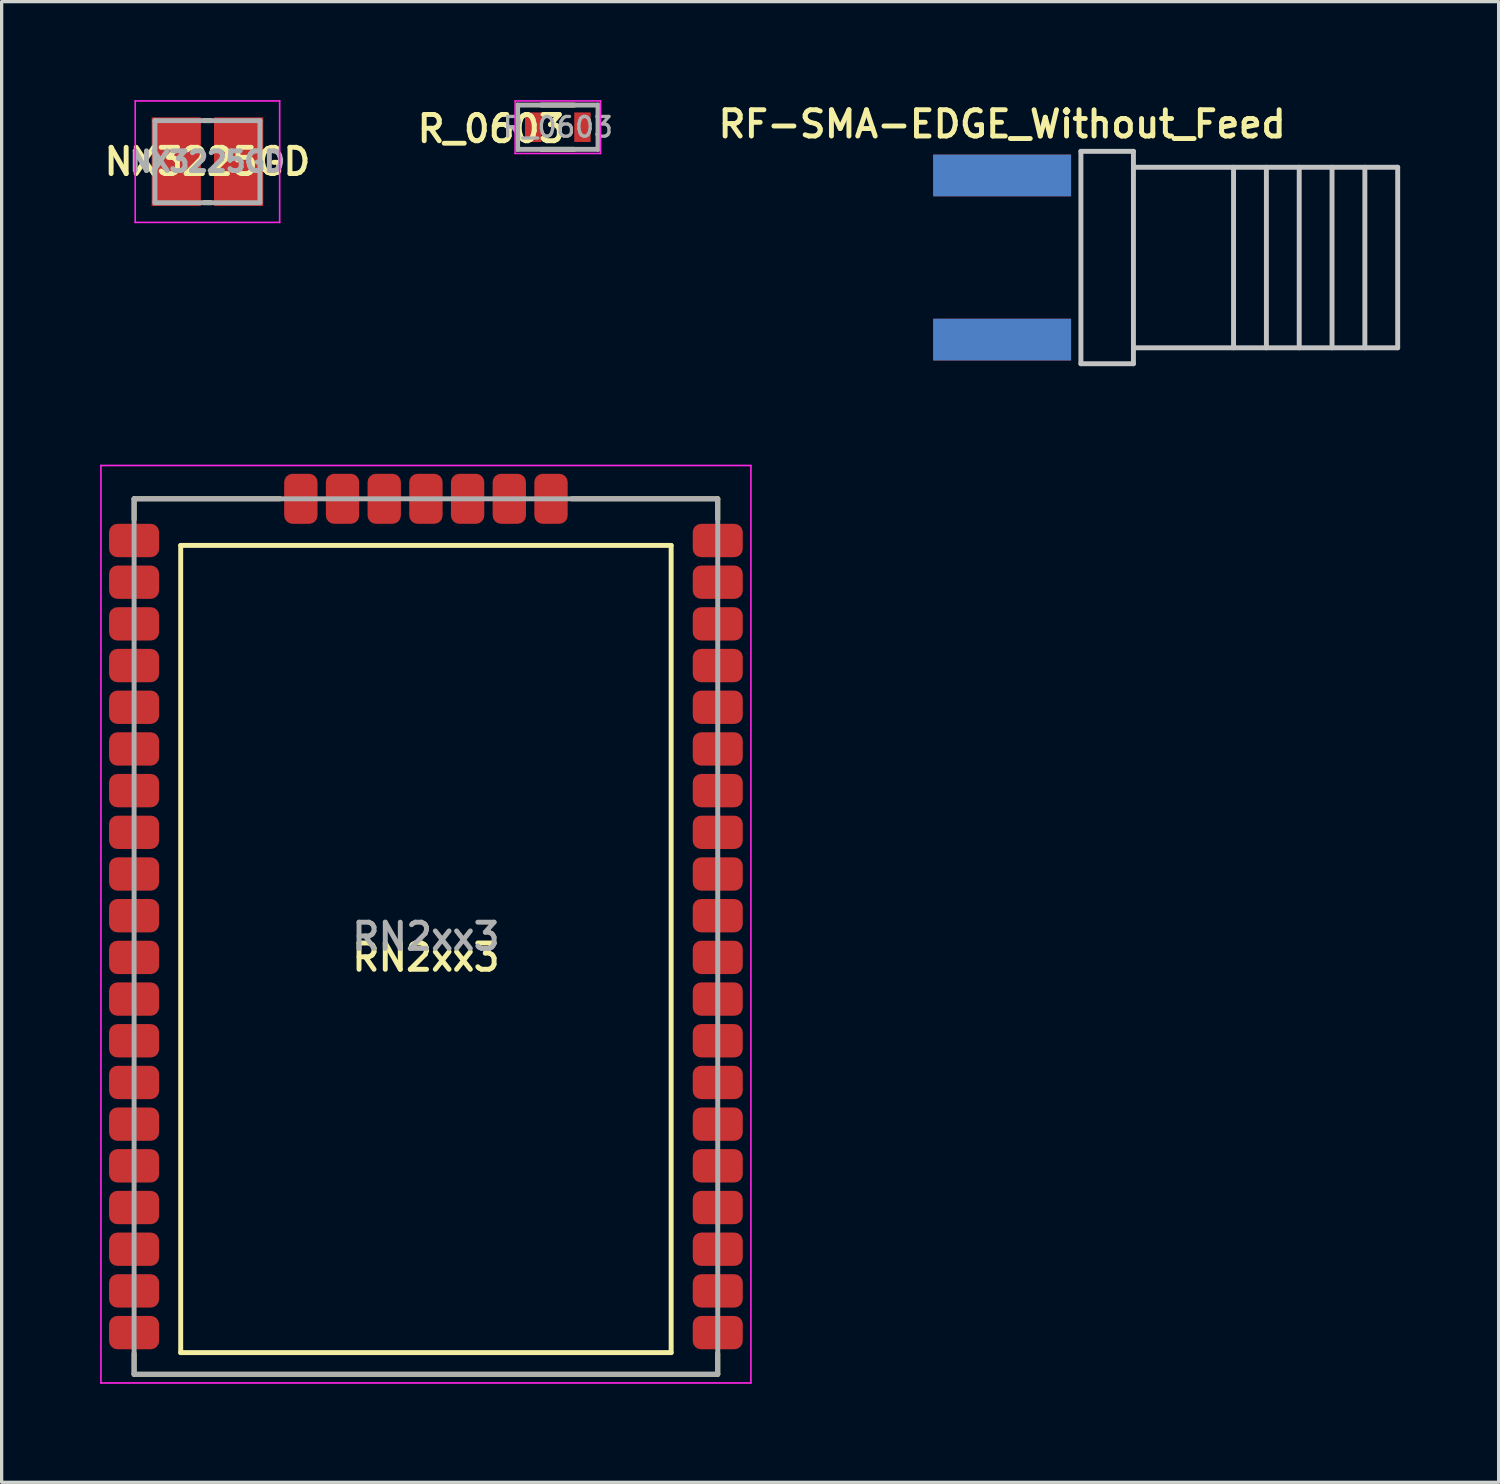
<source format=kicad_pcb>
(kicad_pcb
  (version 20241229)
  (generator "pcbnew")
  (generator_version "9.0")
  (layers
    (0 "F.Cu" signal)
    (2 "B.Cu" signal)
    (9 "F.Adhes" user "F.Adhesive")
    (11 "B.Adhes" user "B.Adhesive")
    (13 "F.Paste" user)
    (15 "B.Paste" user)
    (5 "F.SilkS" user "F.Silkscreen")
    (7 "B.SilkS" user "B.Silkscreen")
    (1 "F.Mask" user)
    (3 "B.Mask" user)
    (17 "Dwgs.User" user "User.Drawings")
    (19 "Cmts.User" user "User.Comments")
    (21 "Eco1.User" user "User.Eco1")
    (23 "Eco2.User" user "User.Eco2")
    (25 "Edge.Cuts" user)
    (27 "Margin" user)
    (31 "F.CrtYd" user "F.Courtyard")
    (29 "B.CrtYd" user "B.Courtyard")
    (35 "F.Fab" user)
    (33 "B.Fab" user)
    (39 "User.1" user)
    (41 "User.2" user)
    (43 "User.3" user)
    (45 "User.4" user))
  (footprint "RN2xx3"
    (layer "F.Cu")
    (at 9.925 25.48)
    (property "Reference" "RN2xx3" (at 0 0.635 0) (layer "F.SilkS") (effects (font (size 0.8 0.8) (thickness 0.15))))
    (attr through_hole)
    (fp_line (start -8.89 -13.335) (end -8.89 -12.7) (stroke (width 0.15) (type solid)) (layer "F.SilkS"))
    (fp_line (start -8.89 -13.335) (end -4.445 -13.335) (stroke (width 0.15) (type solid)) (layer "F.SilkS"))
    (fp_line (start -8.89 13.335) (end -8.89 12.7) (stroke (width 0.15) (type solid)) (layer "F.SilkS"))
    (fp_line (start -8.89 13.335) (end 8.89 13.335) (stroke (width 0.15) (type solid)) (layer "F.SilkS"))
    (fp_line (start -7.47 -11.915) (end -7.47 12.675) (stroke (width 0.15) (type solid)) (layer "F.SilkS"))
    (fp_line (start -7.47 12.675) (end 7.47 12.675) (stroke (width 0.15) (type solid)) (layer "F.SilkS"))
    (fp_line (start 4.445 -13.335) (end 8.89 -13.335) (stroke (width 0.15) (type solid)) (layer "F.SilkS"))
    (fp_line (start 7.47 -11.915) (end -7.47 -11.915) (stroke (width 0.15) (type solid)) (layer "F.SilkS"))
    (fp_line (start 7.47 12.675) (end 7.47 -11.915) (stroke (width 0.15) (type solid)) (layer "F.SilkS"))
    (fp_line (start 8.89 -13.335) (end 8.89 -12.7) (stroke (width 0.15) (type solid)) (layer "F.SilkS"))
    (fp_line (start 8.89 13.335) (end 8.89 12.7) (stroke (width 0.15) (type solid)) (layer "F.SilkS"))
    (fp_line (start -9.9 -14.35) (end 9.9 -14.35) (stroke (width 0.05) (type solid)) (layer "F.CrtYd"))
    (fp_line (start -9.9 13.6) (end -9.9 -14.35) (stroke (width 0.05) (type solid)) (layer "F.CrtYd"))
    (fp_line (start -9.9 13.6) (end 9.9 13.6) (stroke (width 0.05) (type solid)) (layer "F.CrtYd"))
    (fp_line (start 9.9 13.6) (end 9.9 -14.35) (stroke (width 0.05) (type solid)) (layer "F.CrtYd"))
    (fp_line (start -8.89 -13.335) (end 8.89 -13.335) (stroke (width 0.15) (type solid)) (layer "F.Fab"))
    (fp_line (start -8.89 13.335) (end -8.89 -13.335) (stroke (width 0.15) (type solid)) (layer "F.Fab"))
    (fp_line (start -8.89 13.335) (end 8.89 13.335) (stroke (width 0.15) (type solid)) (layer "F.Fab"))
    (fp_line (start 8.89 13.335) (end 8.89 -13.335) (stroke (width 0.15) (type solid)) (layer "F.Fab"))
    (fp_text user "${REFERENCE}" (at 0 0 0) (layer "F.Fab") (effects (font (size 0.8 0.8) (thickness 0.15))))
    (pad "1" smd roundrect (at 8.89 12.065) (size 1.524 1.016) (layers "F.Cu" "F.Mask" "F.Paste") (roundrect_rratio 0.25))
    (pad "2" smd roundrect (at 8.89 10.795) (size 1.524 1.016) (layers "F.Cu" "F.Mask" "F.Paste") (roundrect_rratio 0.25))
    (pad "3" smd roundrect (at 8.89 9.525) (size 1.524 1.016) (layers "F.Cu" "F.Mask" "F.Paste") (roundrect_rratio 0.25))
    (pad "4" smd roundrect (at 8.89 8.255) (size 1.524 1.016) (layers "F.Cu" "F.Mask" "F.Paste") (roundrect_rratio 0.25))
    (pad "5" smd roundrect (at 8.89 6.985) (size 1.524 1.016) (layers "F.Cu" "F.Mask" "F.Paste") (roundrect_rratio 0.25))
    (pad "6" smd roundrect (at 8.89 5.715) (size 1.524 1.016) (layers "F.Cu" "F.Mask" "F.Paste") (roundrect_rratio 0.25))
    (pad "7" smd roundrect (at 8.89 4.445) (size 1.524 1.016) (layers "F.Cu" "F.Mask" "F.Paste") (roundrect_rratio 0.25))
    (pad "8" smd roundrect (at 8.89 3.175) (size 1.524 1.016) (layers "F.Cu" "F.Mask" "F.Paste") (roundrect_rratio 0.25))
    (pad "9" smd roundrect (at 8.89 1.905) (size 1.524 1.016) (layers "F.Cu" "F.Mask" "F.Paste") (roundrect_rratio 0.25))
    (pad "10" smd roundrect (at 8.89 0.635) (size 1.524 1.016) (layers "F.Cu" "F.Mask" "F.Paste") (roundrect_rratio 0.25))
    (pad "11" smd roundrect (at 8.89 -0.635) (size 1.524 1.016) (layers "F.Cu" "F.Mask" "F.Paste") (roundrect_rratio 0.25))
    (pad "12" smd roundrect (at 8.89 -1.905) (size 1.524 1.016) (layers "F.Cu" "F.Mask" "F.Paste") (roundrect_rratio 0.25))
    (pad "13" smd roundrect (at 8.89 -3.175) (size 1.524 1.016) (layers "F.Cu" "F.Mask" "F.Paste") (roundrect_rratio 0.25))
    (pad "14" smd roundrect (at 8.89 -4.445) (size 1.524 1.016) (layers "F.Cu" "F.Mask" "F.Paste") (roundrect_rratio 0.25))
    (pad "15" smd roundrect (at 8.89 -5.715) (size 1.524 1.016) (layers "F.Cu" "F.Mask" "F.Paste") (roundrect_rratio 0.25))
    (pad "16" smd roundrect (at 8.89 -6.985) (size 1.524 1.016) (layers "F.Cu" "F.Mask" "F.Paste") (roundrect_rratio 0.25))
    (pad "17" smd roundrect (at 8.89 -8.255) (size 1.524 1.016) (layers "F.Cu" "F.Mask" "F.Paste") (roundrect_rratio 0.25))
    (pad "18" smd roundrect (at 8.89 -9.525) (size 1.524 1.016) (layers "F.Cu" "F.Mask" "F.Paste") (roundrect_rratio 0.25))
    (pad "19" smd roundrect (at 8.89 -10.795) (size 1.524 1.016) (layers "F.Cu" "F.Mask" "F.Paste") (roundrect_rratio 0.25))
    (pad "20" smd roundrect (at 8.89 -12.065) (size 1.524 1.016) (layers "F.Cu" "F.Mask" "F.Paste") (roundrect_rratio 0.25))
    (pad "21" smd roundrect (at 3.81 -13.335 90) (size 1.524 1.016) (layers "F.Cu" "F.Mask" "F.Paste") (roundrect_rratio 0.25))
    (pad "22" smd roundrect (at 2.54 -13.335 90) (size 1.524 1.016) (layers "F.Cu" "F.Mask" "F.Paste") (roundrect_rratio 0.25))
    (pad "23" smd roundrect (at 1.27 -13.335 90) (size 1.524 1.016) (layers "F.Cu" "F.Mask" "F.Paste") (roundrect_rratio 0.25))
    (pad "24" smd roundrect (at 0 -13.335 90) (size 1.524 1.016) (layers "F.Cu" "F.Mask" "F.Paste") (roundrect_rratio 0.25))
    (pad "25" smd roundrect (at -1.27 -13.335 90) (size 1.524 1.016) (layers "F.Cu" "F.Mask" "F.Paste") (roundrect_rratio 0.25))
    (pad "26" smd roundrect (at -2.54 -13.335 90) (size 1.524 1.016) (layers "F.Cu" "F.Mask" "F.Paste") (roundrect_rratio 0.25))
    (pad "27" smd roundrect (at -3.81 -13.335 90) (size 1.524 1.016) (layers "F.Cu" "F.Mask" "F.Paste") (roundrect_rratio 0.25))
    (pad "28" smd roundrect (at -8.89 -12.065 180) (size 1.524 1.016) (layers "F.Cu" "F.Mask" "F.Paste") (roundrect_rratio 0.25))
    (pad "29" smd roundrect (at -8.89 -10.795 180) (size 1.524 1.016) (layers "F.Cu" "F.Mask" "F.Paste") (roundrect_rratio 0.25))
    (pad "30" smd roundrect (at -8.89 -9.525 180) (size 1.524 1.016) (layers "F.Cu" "F.Mask" "F.Paste") (roundrect_rratio 0.25))
    (pad "31" smd roundrect (at -8.89 -8.255 180) (size 1.524 1.016) (layers "F.Cu" "F.Mask" "F.Paste") (roundrect_rratio 0.25))
    (pad "32" smd roundrect (at -8.89 -6.985 180) (size 1.524 1.016) (layers "F.Cu" "F.Mask" "F.Paste") (roundrect_rratio 0.25))
    (pad "33" smd roundrect (at -8.89 -5.715 180) (size 1.524 1.016) (layers "F.Cu" "F.Mask" "F.Paste") (roundrect_rratio 0.25))
    (pad "34" smd roundrect (at -8.89 -4.445 180) (size 1.524 1.016) (layers "F.Cu" "F.Mask" "F.Paste") (roundrect_rratio 0.25))
    (pad "35" smd roundrect (at -8.89 -3.175 180) (size 1.524 1.016) (layers "F.Cu" "F.Mask" "F.Paste") (roundrect_rratio 0.25))
    (pad "36" smd roundrect (at -8.89 -1.905 180) (size 1.524 1.016) (layers "F.Cu" "F.Mask" "F.Paste") (roundrect_rratio 0.25))
    (pad "37" smd roundrect (at -8.89 -0.635 180) (size 1.524 1.016) (layers "F.Cu" "F.Mask" "F.Paste") (roundrect_rratio 0.25))
    (pad "38" smd roundrect (at -8.89 0.635 180) (size 1.524 1.016) (layers "F.Cu" "F.Mask" "F.Paste") (roundrect_rratio 0.25))
    (pad "39" smd roundrect (at -8.89 1.905 180) (size 1.524 1.016) (layers "F.Cu" "F.Mask" "F.Paste") (roundrect_rratio 0.25))
    (pad "40" smd roundrect (at -8.89 3.175 180) (size 1.524 1.016) (layers "F.Cu" "F.Mask" "F.Paste") (roundrect_rratio 0.25))
    (pad "41" smd roundrect (at -8.89 4.445 180) (size 1.524 1.016) (layers "F.Cu" "F.Mask" "F.Paste") (roundrect_rratio 0.25))
    (pad "42" smd roundrect (at -8.89 5.715 180) (size 1.524 1.016) (layers "F.Cu" "F.Mask" "F.Paste") (roundrect_rratio 0.25))
    (pad "43" smd roundrect (at -8.89 6.985 180) (size 1.524 1.016) (layers "F.Cu" "F.Mask" "F.Paste") (roundrect_rratio 0.25))
    (pad "44" smd roundrect (at -8.89 8.255 180) (size 1.524 1.016) (layers "F.Cu" "F.Mask" "F.Paste") (roundrect_rratio 0.25))
    (pad "45" smd roundrect (at -8.89 9.525 180) (size 1.524 1.016) (layers "F.Cu" "F.Mask" "F.Paste") (roundrect_rratio 0.25))
    (pad "46" smd roundrect (at -8.89 10.795 180) (size 1.524 1.016) (layers "F.Cu" "F.Mask" "F.Paste") (roundrect_rratio 0.25))
    (pad "47" smd roundrect (at -8.89 12.065 180) (size 1.524 1.016) (layers "F.Cu" "F.Mask" "F.Paste") (roundrect_rratio 0.25)))
  (footprint "NX3225GD"
    (layer "F.Cu")
    (at 3.269 1.875)
    (property "Reference" "NX3225GD" (at 0 0 0) (layer "F.SilkS") (effects (font (size 0.8 0.8) (thickness 0.15))))
    (attr through_hole)
    (fp_line (start -0.1 -1.25) (end 0.1 -1.25) (stroke (width 0.15) (type solid)) (layer "F.SilkS"))
    (fp_line (start -0.1 1.25) (end 0.1 1.25) (stroke (width 0.15) (type solid)) (layer "F.SilkS"))
    (fp_line (start -2.2 -1.85) (end -2.2 1.85) (stroke (width 0.05) (type solid)) (layer "F.CrtYd"))
    (fp_line (start 2.2 -1.85) (end -2.2 -1.85) (stroke (width 0.05) (type solid)) (layer "F.CrtYd"))
    (fp_line (start 2.2 -1.85) (end 2.2 1.85) (stroke (width 0.05) (type solid)) (layer "F.CrtYd"))
    (fp_line (start 2.2 1.85) (end -2.2 1.85) (stroke (width 0.05) (type solid)) (layer "F.CrtYd"))
    (fp_line (start -1.6 -1.25) (end 1.6 -1.25) (stroke (width 0.15) (type solid)) (layer "F.Fab"))
    (fp_line (start -1.6 1.25) (end -1.6 -1.25) (stroke (width 0.15) (type solid)) (layer "F.Fab"))
    (fp_line (start -1.6 1.25) (end 1.6 1.25) (stroke (width 0.15) (type solid)) (layer "F.Fab"))
    (fp_line (start 1.6 1.25) (end 1.6 -1.25) (stroke (width 0.15) (type solid)) (layer "F.Fab"))
    (fp_text user "${REFERENCE}" (at 0 0 0) (layer "F.Fab") (effects (font (size 0.6 0.6) (thickness 0.15))))
    (pad "1" smd rect (at -0.95 0) (size 1.5 2.7) (layers "F.Cu" "F.Mask" "F.Paste"))
    (pad "2" smd rect (at 0.95 0) (size 1.5 2.7) (layers "F.Cu" "F.Mask" "F.Paste")))
  (footprint "R_0603"
    (layer "F.Cu")
    (at 13.943 0.825)
    (property "Reference" "R_0603" (at -2.032 0.05 0) (layer "F.SilkS") (effects (font (size 0.8 0.8) (thickness 0.15))))
    (attr smd)
    (fp_line (start -0.5 -0.675) (end 0.5 -0.675) (stroke (width 0.15) (type solid)) (layer "F.SilkS"))
    (fp_line (start 0.5 0.675) (end -0.5 0.675) (stroke (width 0.15) (type solid)) (layer "F.SilkS"))
    (fp_line (start -1.3 -0.8) (end -1.3 0.8) (stroke (width 0.05) (type solid)) (layer "F.CrtYd"))
    (fp_line (start -1.3 -0.8) (end 1.3 -0.8) (stroke (width 0.05) (type solid)) (layer "F.CrtYd"))
    (fp_line (start -1.3 0.8) (end 1.3 0.8) (stroke (width 0.05) (type solid)) (layer "F.CrtYd"))
    (fp_line (start 1.3 -0.8) (end 1.3 0.8) (stroke (width 0.05) (type solid)) (layer "F.CrtYd"))
    (fp_line (start -1.225 -0.675) (end -1.225 0.675) (stroke (width 0.15) (type solid)) (layer "F.Fab"))
    (fp_line (start -1.225 -0.675) (end 1.225 -0.675) (stroke (width 0.15) (type solid)) (layer "F.Fab"))
    (fp_line (start -1.225 0.675) (end 1.225 0.675) (stroke (width 0.15) (type solid)) (layer "F.Fab"))
    (fp_line (start 1.225 -0.675) (end 1.225 0.675) (stroke (width 0.15) (type solid)) (layer "F.Fab"))
    (fp_text user "${REFERENCE}" (at 0 0 0) (layer "F.Fab") (effects (font (size 0.6 0.6) (thickness 0.1))))
    (pad "1" smd rect (at -0.75 0) (size 0.5 0.9) (layers "F.Cu" "F.Mask" "F.Paste"))
    (pad "2" smd rect (at 0.75 0) (size 0.5 0.9) (layers "F.Cu" "F.Mask" "F.Paste")))
  (footprint "RF-SMA-EDGE_Without_Feed"
    (layer "F.Cu")
    (at 27.478 4.795)
    (property "Reference" "RF-SMA-EDGE_Without_Feed" (at 0 -4.064 0) (layer "F.SilkS") (effects (font (size 0.8 0.8) (thickness 0.15))))
    (attr through_hole)
    (fp_line (start 2.4 -3.235) (end 2.4 3.235) (stroke (width 0.15) (type solid)) (layer "Dwgs.User"))
    (fp_line (start 2.4 3.235) (end 4 3.235) (stroke (width 0.15) (type solid)) (layer "Dwgs.User"))
    (fp_line (start 4 -3.235) (end 2.4 -3.235) (stroke (width 0.15) (type solid)) (layer "Dwgs.User"))
    (fp_line (start 4 2.75) (end 12.05 2.75) (stroke (width 0.15) (type solid)) (layer "Dwgs.User"))
    (fp_line (start 4 3.235) (end 4 -3.235) (stroke (width 0.15) (type solid)) (layer "Dwgs.User"))
    (fp_line (start 7.05 -2.75) (end 7.05 2.75) (stroke (width 0.15) (type solid)) (layer "Dwgs.User"))
    (fp_line (start 8.05 -2.75) (end 8.05 2.75) (stroke (width 0.15) (type solid)) (layer "Dwgs.User"))
    (fp_line (start 9.05 -2.75) (end 9.05 2.75) (stroke (width 0.15) (type solid)) (layer "Dwgs.User"))
    (fp_line (start 10.05 -2.75) (end 10.05 2.75) (stroke (width 0.15) (type solid)) (layer "Dwgs.User"))
    (fp_line (start 11.05 -2.75) (end 11.05 2.75) (stroke (width 0.15) (type solid)) (layer "Dwgs.User"))
    (fp_line (start 12.05 -2.75) (end 4 -2.75) (stroke (width 0.15) (type solid)) (layer "Dwgs.User"))
    (fp_line (start 12.05 2.75) (end 12.05 -2.75) (stroke (width 0.15) (type solid)) (layer "Dwgs.User"))
    (pad "2" smd rect (at 0 2.5) (size 4.2 1.27) (layers "F.Cu" "F.Mask"))
    (pad "3" smd rect (at 0 -2.5) (size 4.2 1.27) (layers "F.Cu" "F.Mask"))
    (pad "4" smd rect (at 0 2.5) (size 4.2 1.27) (layers "B.Cu" "B.Mask"))
    (pad "5" smd rect (at 0 -2.5) (size 4.2 1.27) (layers "B.Cu" "B.Mask")))
  (gr_rect
    (start -3 -3)
    (end 42.603 42.105)
    (stroke (width 0.1) (type default))
    (fill no)
    (layer "Edge.Cuts")))
</source>
